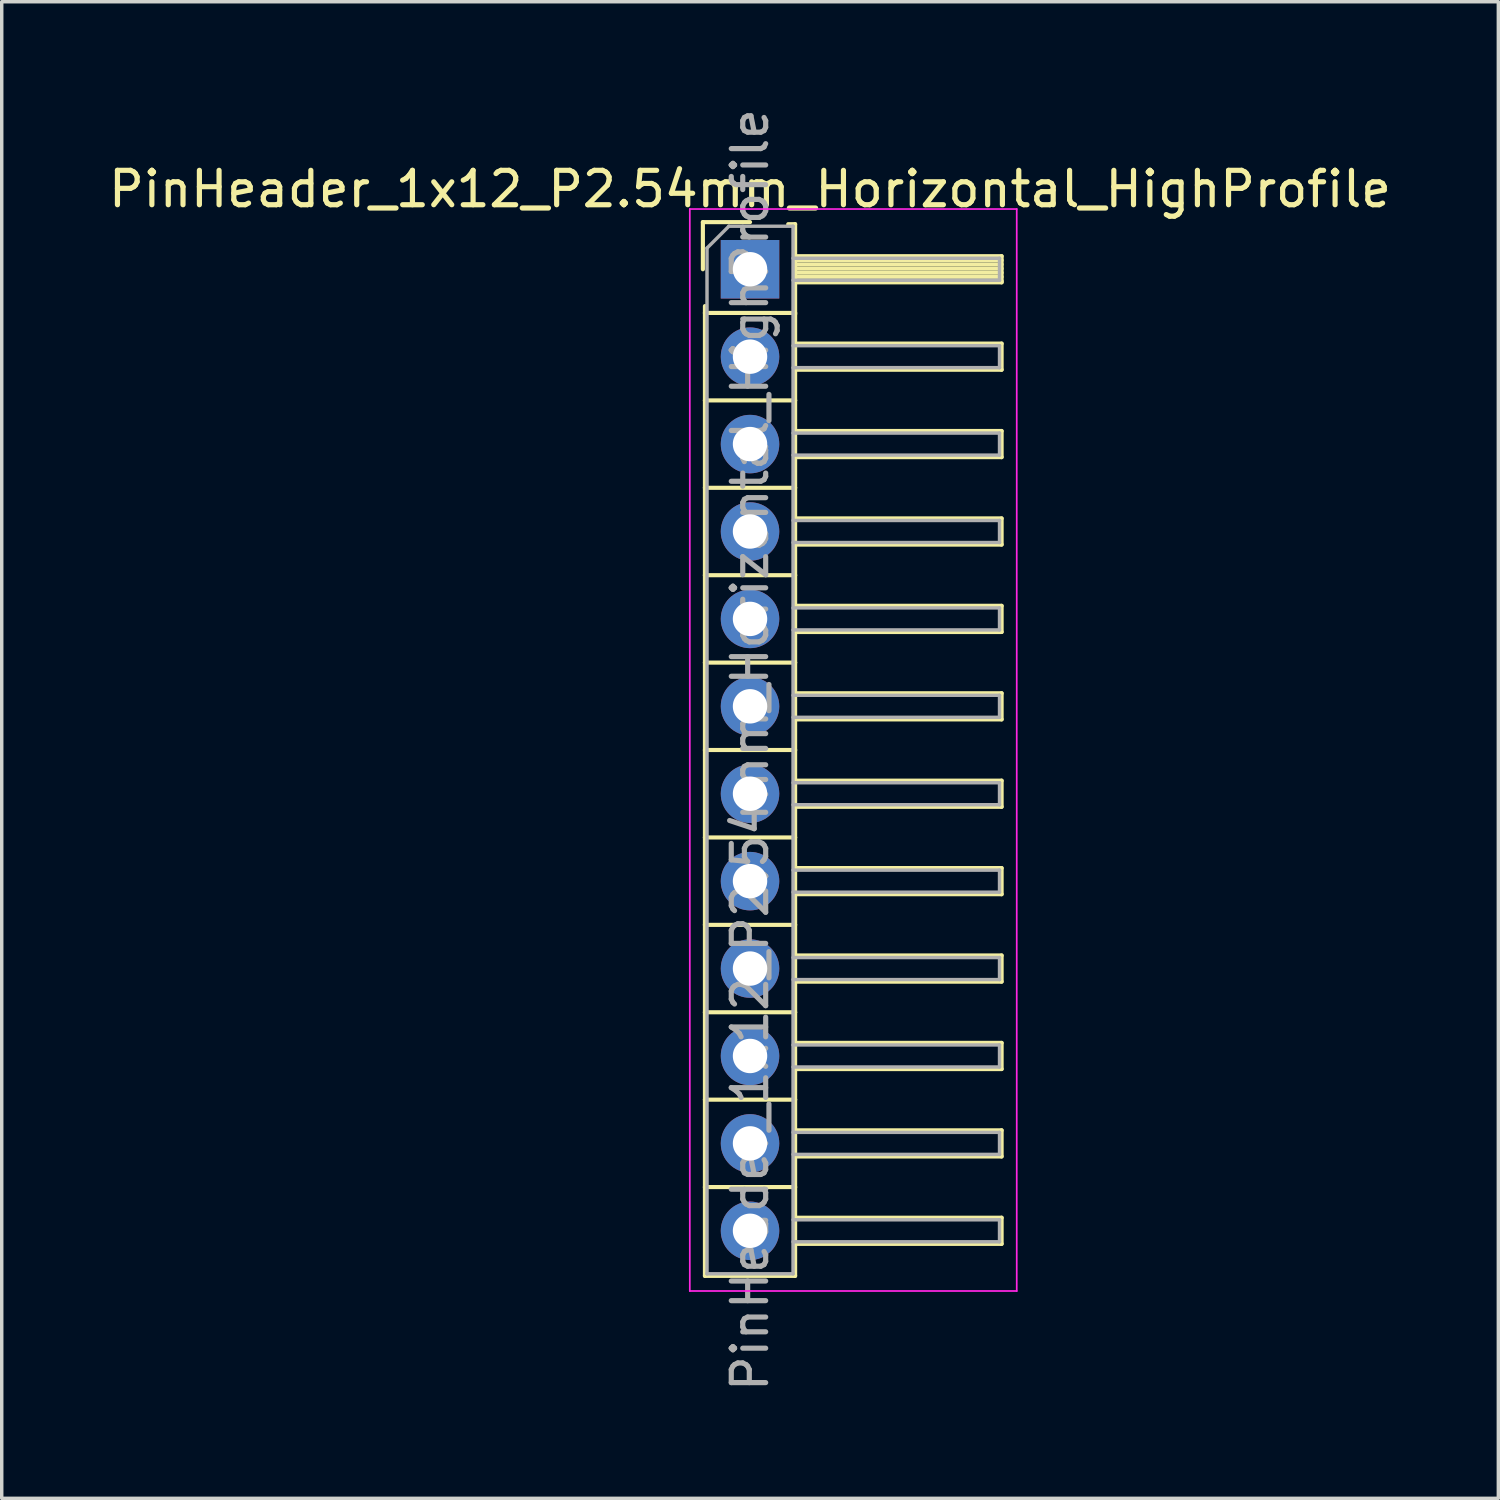
<source format=kicad_pcb>
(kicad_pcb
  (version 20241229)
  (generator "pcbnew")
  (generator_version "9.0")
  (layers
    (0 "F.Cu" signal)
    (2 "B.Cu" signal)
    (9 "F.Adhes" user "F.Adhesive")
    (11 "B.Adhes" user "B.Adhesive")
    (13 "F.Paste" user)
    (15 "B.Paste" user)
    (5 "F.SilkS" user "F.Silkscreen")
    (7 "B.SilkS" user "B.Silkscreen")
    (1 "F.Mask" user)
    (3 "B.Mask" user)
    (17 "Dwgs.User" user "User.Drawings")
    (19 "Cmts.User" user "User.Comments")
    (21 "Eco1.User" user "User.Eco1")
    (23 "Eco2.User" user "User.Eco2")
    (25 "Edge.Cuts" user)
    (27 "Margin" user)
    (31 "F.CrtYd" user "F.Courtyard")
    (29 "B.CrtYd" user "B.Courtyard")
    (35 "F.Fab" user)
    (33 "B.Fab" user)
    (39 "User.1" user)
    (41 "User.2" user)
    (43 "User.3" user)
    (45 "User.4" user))
  (footprint "PinHeader_1x12_P2.54mm_Horizontal_HighProfile"
    (layer "F.Cu")
    (at 18.744 4.774)
    (property "Reference" "PinHeader_1x12_P2.54mm_Horizontal_HighProfile" (at 0 -2.33 0) (layer "F.SilkS") (effects (font (size 1 1) (thickness 0.15))))
    (attr through_hole)
    (fp_line (start -1.37 -1.37) (end -1.37 0) (stroke (width 0.12) (type solid)) (layer "F.SilkS"))
    (fp_line (start -1.37 -1.37) (end 0 -1.37) (stroke (width 0.12) (type solid)) (layer "F.SilkS"))
    (fp_line (start -1.31 1.27) (end -1.31 1.07) (stroke (width 0.12) (type solid)) (layer "F.SilkS"))
    (fp_line (start -1.31 1.27) (end -1.31 3.81) (stroke (width 0.12) (type solid)) (layer "F.SilkS"))
    (fp_line (start -1.31 1.27) (end 1.31 1.27) (stroke (width 0.12) (type solid)) (layer "F.SilkS"))
    (fp_line (start -1.31 3.81) (end -1.31 6.35) (stroke (width 0.12) (type solid)) (layer "F.SilkS"))
    (fp_line (start -1.31 3.81) (end 1.31 3.81) (stroke (width 0.12) (type solid)) (layer "F.SilkS"))
    (fp_line (start -1.31 6.35) (end -1.31 8.89) (stroke (width 0.12) (type solid)) (layer "F.SilkS"))
    (fp_line (start -1.31 6.35) (end 1.31 6.35) (stroke (width 0.12) (type solid)) (layer "F.SilkS"))
    (fp_line (start -1.31 8.89) (end -1.31 11.43) (stroke (width 0.12) (type solid)) (layer "F.SilkS"))
    (fp_line (start -1.31 8.89) (end 1.31 8.89) (stroke (width 0.12) (type solid)) (layer "F.SilkS"))
    (fp_line (start -1.31 11.43) (end -1.31 13.97) (stroke (width 0.12) (type solid)) (layer "F.SilkS"))
    (fp_line (start -1.31 11.43) (end 1.31 11.43) (stroke (width 0.12) (type solid)) (layer "F.SilkS"))
    (fp_line (start -1.31 13.97) (end -1.31 16.51) (stroke (width 0.12) (type solid)) (layer "F.SilkS"))
    (fp_line (start -1.31 13.97) (end 1.31 13.97) (stroke (width 0.12) (type solid)) (layer "F.SilkS"))
    (fp_line (start -1.31 16.51) (end -1.31 19.05) (stroke (width 0.12) (type solid)) (layer "F.SilkS"))
    (fp_line (start -1.31 16.51) (end 1.31 16.51) (stroke (width 0.12) (type solid)) (layer "F.SilkS"))
    (fp_line (start -1.31 19.05) (end -1.31 21.59) (stroke (width 0.12) (type solid)) (layer "F.SilkS"))
    (fp_line (start -1.31 19.05) (end 1.31 19.05) (stroke (width 0.12) (type solid)) (layer "F.SilkS"))
    (fp_line (start -1.31 21.59) (end -1.31 24.13) (stroke (width 0.12) (type solid)) (layer "F.SilkS"))
    (fp_line (start -1.31 21.59) (end 1.31 21.59) (stroke (width 0.12) (type solid)) (layer "F.SilkS"))
    (fp_line (start -1.31 24.13) (end -1.31 26.67) (stroke (width 0.12) (type solid)) (layer "F.SilkS"))
    (fp_line (start -1.31 24.13) (end 1.31 24.13) (stroke (width 0.12) (type solid)) (layer "F.SilkS"))
    (fp_line (start -1.31 26.67) (end -1.31 29.25) (stroke (width 0.12) (type solid)) (layer "F.SilkS"))
    (fp_line (start -1.31 26.67) (end 1.31 26.67) (stroke (width 0.12) (type solid)) (layer "F.SilkS"))
    (fp_line (start -1.31 29.25) (end 1.31 29.25) (stroke (width 0.12) (type solid)) (layer "F.SilkS"))
    (fp_line (start 1.11 -1.31) (end 1.31 -1.31) (stroke (width 0.12) (type solid)) (layer "F.SilkS"))
    (fp_line (start 1.31 -1.31) (end 1.31 1.31) (stroke (width 0.12) (type solid)) (layer "F.SilkS"))
    (fp_line (start 1.31 -0.38) (end 7.31 -0.38) (stroke (width 0.12) (type solid)) (layer "F.SilkS"))
    (fp_line (start 1.31 -0.26) (end 7.31 -0.26) (stroke (width 0.12) (type solid)) (layer "F.SilkS"))
    (fp_line (start 1.31 -0.14) (end 7.31 -0.14) (stroke (width 0.12) (type solid)) (layer "F.SilkS"))
    (fp_line (start 1.31 -0.02) (end 7.31 -0.02) (stroke (width 0.12) (type solid)) (layer "F.SilkS"))
    (fp_line (start 1.31 0.1) (end 7.31 0.1) (stroke (width 0.12) (type solid)) (layer "F.SilkS"))
    (fp_line (start 1.31 0.22) (end 7.31 0.22) (stroke (width 0.12) (type solid)) (layer "F.SilkS"))
    (fp_line (start 1.31 0.34) (end 7.31 0.34) (stroke (width 0.12) (type solid)) (layer "F.SilkS"))
    (fp_line (start 1.31 0.38) (end 7.31 0.38) (stroke (width 0.12) (type solid)) (layer "F.SilkS"))
    (fp_line (start 1.31 1.27) (end 1.31 3.81) (stroke (width 0.12) (type solid)) (layer "F.SilkS"))
    (fp_line (start 1.31 2.16) (end 7.31 2.16) (stroke (width 0.12) (type solid)) (layer "F.SilkS"))
    (fp_line (start 1.31 2.92) (end 7.31 2.92) (stroke (width 0.12) (type solid)) (layer "F.SilkS"))
    (fp_line (start 1.31 3.81) (end 1.31 6.35) (stroke (width 0.12) (type solid)) (layer "F.SilkS"))
    (fp_line (start 1.31 4.7) (end 7.31 4.7) (stroke (width 0.12) (type solid)) (layer "F.SilkS"))
    (fp_line (start 1.31 5.46) (end 7.31 5.46) (stroke (width 0.12) (type solid)) (layer "F.SilkS"))
    (fp_line (start 1.31 6.35) (end 1.31 8.89) (stroke (width 0.12) (type solid)) (layer "F.SilkS"))
    (fp_line (start 1.31 7.24) (end 7.31 7.24) (stroke (width 0.12) (type solid)) (layer "F.SilkS"))
    (fp_line (start 1.31 8) (end 7.31 8) (stroke (width 0.12) (type solid)) (layer "F.SilkS"))
    (fp_line (start 1.31 8.89) (end 1.31 11.43) (stroke (width 0.12) (type solid)) (layer "F.SilkS"))
    (fp_line (start 1.31 9.78) (end 7.31 9.78) (stroke (width 0.12) (type solid)) (layer "F.SilkS"))
    (fp_line (start 1.31 10.54) (end 7.31 10.54) (stroke (width 0.12) (type solid)) (layer "F.SilkS"))
    (fp_line (start 1.31 11.43) (end 1.31 13.97) (stroke (width 0.12) (type solid)) (layer "F.SilkS"))
    (fp_line (start 1.31 12.32) (end 7.31 12.32) (stroke (width 0.12) (type solid)) (layer "F.SilkS"))
    (fp_line (start 1.31 13.08) (end 7.31 13.08) (stroke (width 0.12) (type solid)) (layer "F.SilkS"))
    (fp_line (start 1.31 13.97) (end 1.31 16.51) (stroke (width 0.12) (type solid)) (layer "F.SilkS"))
    (fp_line (start 1.31 14.86) (end 7.31 14.86) (stroke (width 0.12) (type solid)) (layer "F.SilkS"))
    (fp_line (start 1.31 15.62) (end 7.31 15.62) (stroke (width 0.12) (type solid)) (layer "F.SilkS"))
    (fp_line (start 1.31 16.51) (end 1.31 19.05) (stroke (width 0.12) (type solid)) (layer "F.SilkS"))
    (fp_line (start 1.31 17.4) (end 7.31 17.4) (stroke (width 0.12) (type solid)) (layer "F.SilkS"))
    (fp_line (start 1.31 18.16) (end 7.31 18.16) (stroke (width 0.12) (type solid)) (layer "F.SilkS"))
    (fp_line (start 1.31 19.05) (end 1.31 21.59) (stroke (width 0.12) (type solid)) (layer "F.SilkS"))
    (fp_line (start 1.31 19.94) (end 7.31 19.94) (stroke (width 0.12) (type solid)) (layer "F.SilkS"))
    (fp_line (start 1.31 20.7) (end 7.31 20.7) (stroke (width 0.12) (type solid)) (layer "F.SilkS"))
    (fp_line (start 1.31 21.59) (end 1.31 24.13) (stroke (width 0.12) (type solid)) (layer "F.SilkS"))
    (fp_line (start 1.31 22.48) (end 7.31 22.48) (stroke (width 0.12) (type solid)) (layer "F.SilkS"))
    (fp_line (start 1.31 23.24) (end 7.31 23.24) (stroke (width 0.12) (type solid)) (layer "F.SilkS"))
    (fp_line (start 1.31 24.13) (end 1.31 26.67) (stroke (width 0.12) (type solid)) (layer "F.SilkS"))
    (fp_line (start 1.31 25.02) (end 7.31 25.02) (stroke (width 0.12) (type solid)) (layer "F.SilkS"))
    (fp_line (start 1.31 25.78) (end 7.31 25.78) (stroke (width 0.12) (type solid)) (layer "F.SilkS"))
    (fp_line (start 1.31 26.67) (end 1.31 29.25) (stroke (width 0.12) (type solid)) (layer "F.SilkS"))
    (fp_line (start 1.31 27.56) (end 7.31 27.56) (stroke (width 0.12) (type solid)) (layer "F.SilkS"))
    (fp_line (start 1.31 28.32) (end 7.31 28.32) (stroke (width 0.12) (type solid)) (layer "F.SilkS"))
    (fp_line (start 7.31 -0.38) (end 7.31 0.38) (stroke (width 0.12) (type solid)) (layer "F.SilkS"))
    (fp_line (start 7.31 2.16) (end 7.31 2.92) (stroke (width 0.12) (type solid)) (layer "F.SilkS"))
    (fp_line (start 7.31 4.7) (end 7.31 5.46) (stroke (width 0.12) (type solid)) (layer "F.SilkS"))
    (fp_line (start 7.31 7.24) (end 7.31 8) (stroke (width 0.12) (type solid)) (layer "F.SilkS"))
    (fp_line (start 7.31 9.78) (end 7.31 10.54) (stroke (width 0.12) (type solid)) (layer "F.SilkS"))
    (fp_line (start 7.31 12.32) (end 7.31 13.08) (stroke (width 0.12) (type solid)) (layer "F.SilkS"))
    (fp_line (start 7.31 14.86) (end 7.31 15.62) (stroke (width 0.12) (type solid)) (layer "F.SilkS"))
    (fp_line (start 7.31 17.4) (end 7.31 18.16) (stroke (width 0.12) (type solid)) (layer "F.SilkS"))
    (fp_line (start 7.31 19.94) (end 7.31 20.7) (stroke (width 0.12) (type solid)) (layer "F.SilkS"))
    (fp_line (start 7.31 22.48) (end 7.31 23.24) (stroke (width 0.12) (type solid)) (layer "F.SilkS"))
    (fp_line (start 7.31 25.02) (end 7.31 25.78) (stroke (width 0.12) (type solid)) (layer "F.SilkS"))
    (fp_line (start 7.31 27.56) (end 7.31 28.32) (stroke (width 0.12) (type solid)) (layer "F.SilkS"))
    (fp_line (start -1.75 -1.75) (end -1.75 29.69) (stroke (width 0.05) (type solid)) (layer "F.CrtYd"))
    (fp_line (start -1.75 -1.75) (end 7.75 -1.75) (stroke (width 0.05) (type solid)) (layer "F.CrtYd"))
    (fp_line (start -1.75 29.69) (end 7.75 29.69) (stroke (width 0.05) (type solid)) (layer "F.CrtYd"))
    (fp_line (start 7.75 -1.75) (end 7.75 29.69) (stroke (width 0.05) (type solid)) (layer "F.CrtYd"))
    (fp_line (start -1.25 -0.615) (end -1.25 29.19) (stroke (width 0.1) (type solid)) (layer "F.Fab"))
    (fp_line (start -1.25 -0.615) (end -0.615 -1.25) (stroke (width 0.1) (type solid)) (layer "F.Fab"))
    (fp_line (start -1.25 29.19) (end 1.25 29.19) (stroke (width 0.1) (type solid)) (layer "F.Fab"))
    (fp_line (start -0.615 -1.25) (end 1.25 -1.25) (stroke (width 0.1) (type solid)) (layer "F.Fab"))
    (fp_line (start 1.25 -1.25) (end 1.25 29.19) (stroke (width 0.1) (type solid)) (layer "F.Fab"))
    (fp_line (start 1.25 -0.32) (end 7.25 -0.32) (stroke (width 0.1) (type solid)) (layer "F.Fab"))
    (fp_line (start 1.25 0.32) (end 7.25 0.32) (stroke (width 0.1) (type solid)) (layer "F.Fab"))
    (fp_line (start 1.25 2.22) (end 7.25 2.22) (stroke (width 0.1) (type solid)) (layer "F.Fab"))
    (fp_line (start 1.25 2.86) (end 7.25 2.86) (stroke (width 0.1) (type solid)) (layer "F.Fab"))
    (fp_line (start 1.25 4.76) (end 7.25 4.76) (stroke (width 0.1) (type solid)) (layer "F.Fab"))
    (fp_line (start 1.25 5.4) (end 7.25 5.4) (stroke (width 0.1) (type solid)) (layer "F.Fab"))
    (fp_line (start 1.25 7.3) (end 7.25 7.3) (stroke (width 0.1) (type solid)) (layer "F.Fab"))
    (fp_line (start 1.25 7.94) (end 7.25 7.94) (stroke (width 0.1) (type solid)) (layer "F.Fab"))
    (fp_line (start 1.25 9.84) (end 7.25 9.84) (stroke (width 0.1) (type solid)) (layer "F.Fab"))
    (fp_line (start 1.25 10.48) (end 7.25 10.48) (stroke (width 0.1) (type solid)) (layer "F.Fab"))
    (fp_line (start 1.25 12.38) (end 7.25 12.38) (stroke (width 0.1) (type solid)) (layer "F.Fab"))
    (fp_line (start 1.25 13.02) (end 7.25 13.02) (stroke (width 0.1) (type solid)) (layer "F.Fab"))
    (fp_line (start 1.25 14.92) (end 7.25 14.92) (stroke (width 0.1) (type solid)) (layer "F.Fab"))
    (fp_line (start 1.25 15.56) (end 7.25 15.56) (stroke (width 0.1) (type solid)) (layer "F.Fab"))
    (fp_line (start 1.25 17.46) (end 7.25 17.46) (stroke (width 0.1) (type solid)) (layer "F.Fab"))
    (fp_line (start 1.25 18.1) (end 7.25 18.1) (stroke (width 0.1) (type solid)) (layer "F.Fab"))
    (fp_line (start 1.25 20) (end 7.25 20) (stroke (width 0.1) (type solid)) (layer "F.Fab"))
    (fp_line (start 1.25 20.64) (end 7.25 20.64) (stroke (width 0.1) (type solid)) (layer "F.Fab"))
    (fp_line (start 1.25 22.54) (end 7.25 22.54) (stroke (width 0.1) (type solid)) (layer "F.Fab"))
    (fp_line (start 1.25 23.18) (end 7.25 23.18) (stroke (width 0.1) (type solid)) (layer "F.Fab"))
    (fp_line (start 1.25 25.08) (end 7.25 25.08) (stroke (width 0.1) (type solid)) (layer "F.Fab"))
    (fp_line (start 1.25 25.72) (end 7.25 25.72) (stroke (width 0.1) (type solid)) (layer "F.Fab"))
    (fp_line (start 1.25 27.62) (end 7.25 27.62) (stroke (width 0.1) (type solid)) (layer "F.Fab"))
    (fp_line (start 1.25 28.26) (end 7.25 28.26) (stroke (width 0.1) (type solid)) (layer "F.Fab"))
    (fp_line (start 7.25 -0.32) (end 7.25 0.32) (stroke (width 0.1) (type solid)) (layer "F.Fab"))
    (fp_line (start 7.25 2.22) (end 7.25 2.86) (stroke (width 0.1) (type solid)) (layer "F.Fab"))
    (fp_line (start 7.25 4.76) (end 7.25 5.4) (stroke (width 0.1) (type solid)) (layer "F.Fab"))
    (fp_line (start 7.25 7.3) (end 7.25 7.94) (stroke (width 0.1) (type solid)) (layer "F.Fab"))
    (fp_line (start 7.25 9.84) (end 7.25 10.48) (stroke (width 0.1) (type solid)) (layer "F.Fab"))
    (fp_line (start 7.25 12.38) (end 7.25 13.02) (stroke (width 0.1) (type solid)) (layer "F.Fab"))
    (fp_line (start 7.25 14.92) (end 7.25 15.56) (stroke (width 0.1) (type solid)) (layer "F.Fab"))
    (fp_line (start 7.25 17.46) (end 7.25 18.1) (stroke (width 0.1) (type solid)) (layer "F.Fab"))
    (fp_line (start 7.25 20) (end 7.25 20.64) (stroke (width 0.1) (type solid)) (layer "F.Fab"))
    (fp_line (start 7.25 22.54) (end 7.25 23.18) (stroke (width 0.1) (type solid)) (layer "F.Fab"))
    (fp_line (start 7.25 25.08) (end 7.25 25.72) (stroke (width 0.1) (type solid)) (layer "F.Fab"))
    (fp_line (start 7.25 27.62) (end 7.25 28.26) (stroke (width 0.1) (type solid)) (layer "F.Fab"))
    (fp_text user "${REFERENCE}" (at 0 13.97 90) (layer "F.Fab") (effects (font (size 1 1) (thickness 0.15))))
    (pad "1" thru_hole rect (at 0 0) (size 1.7 1.7) (drill 1) (layers "*.Cu" "*.Mask"))
    (pad "2" thru_hole oval (at 0 2.54) (size 1.7 1.7) (drill 1) (layers "*.Cu" "*.Mask"))
    (pad "3" thru_hole oval (at 0 5.08) (size 1.7 1.7) (drill 1) (layers "*.Cu" "*.Mask"))
    (pad "4" thru_hole oval (at 0 7.62) (size 1.7 1.7) (drill 1) (layers "*.Cu" "*.Mask"))
    (pad "5" thru_hole oval (at 0 10.16) (size 1.7 1.7) (drill 1) (layers "*.Cu" "*.Mask"))
    (pad "6" thru_hole oval (at 0 12.7) (size 1.7 1.7) (drill 1) (layers "*.Cu" "*.Mask"))
    (pad "7" thru_hole oval (at 0 15.24) (size 1.7 1.7) (drill 1) (layers "*.Cu" "*.Mask"))
    (pad "8" thru_hole oval (at 0 17.78) (size 1.7 1.7) (drill 1) (layers "*.Cu" "*.Mask"))
    (pad "9" thru_hole oval (at 0 20.32) (size 1.7 1.7) (drill 1) (layers "*.Cu" "*.Mask"))
    (pad "10" thru_hole oval (at 0 22.86) (size 1.7 1.7) (drill 1) (layers "*.Cu" "*.Mask"))
    (pad "11" thru_hole oval (at 0 25.4) (size 1.7 1.7) (drill 1) (layers "*.Cu" "*.Mask"))
    (pad "12" thru_hole oval (at 0 27.94) (size 1.7 1.7) (drill 1) (layers "*.Cu" "*.Mask")))
  (gr_rect
    (start -3 -3)
    (end 40.488 40.488)
    (stroke (width 0.1) (type default))
    (fill no)
    (layer "Edge.Cuts")))
</source>
